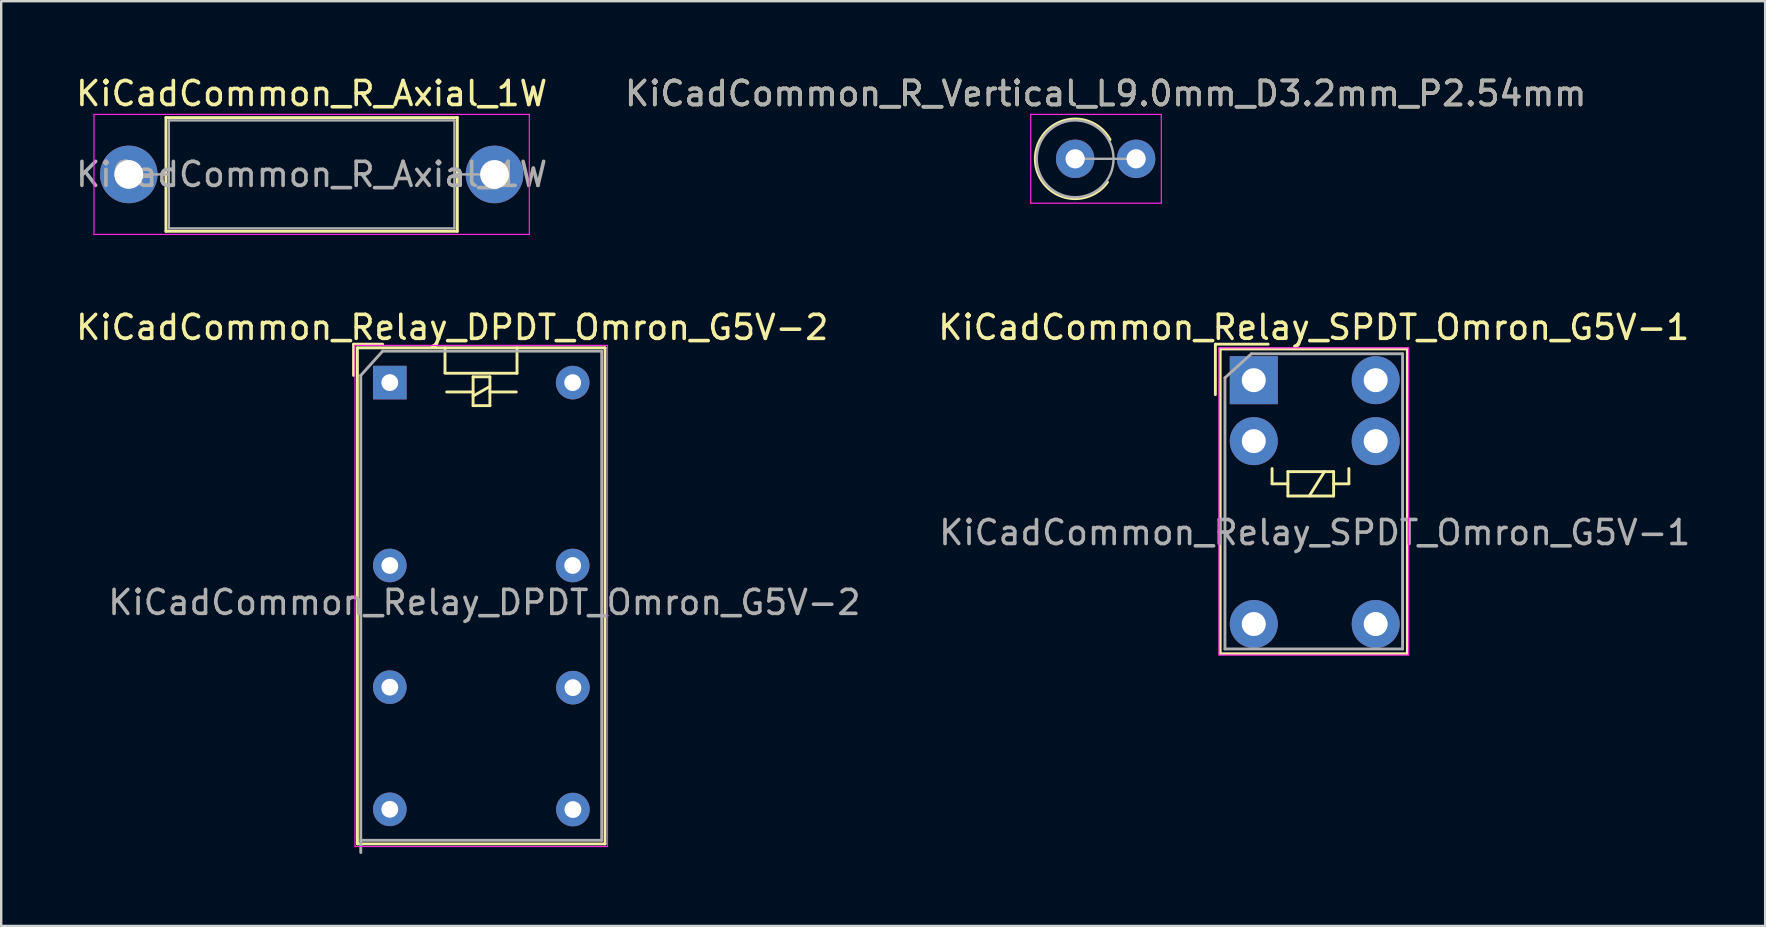
<source format=kicad_pcb>
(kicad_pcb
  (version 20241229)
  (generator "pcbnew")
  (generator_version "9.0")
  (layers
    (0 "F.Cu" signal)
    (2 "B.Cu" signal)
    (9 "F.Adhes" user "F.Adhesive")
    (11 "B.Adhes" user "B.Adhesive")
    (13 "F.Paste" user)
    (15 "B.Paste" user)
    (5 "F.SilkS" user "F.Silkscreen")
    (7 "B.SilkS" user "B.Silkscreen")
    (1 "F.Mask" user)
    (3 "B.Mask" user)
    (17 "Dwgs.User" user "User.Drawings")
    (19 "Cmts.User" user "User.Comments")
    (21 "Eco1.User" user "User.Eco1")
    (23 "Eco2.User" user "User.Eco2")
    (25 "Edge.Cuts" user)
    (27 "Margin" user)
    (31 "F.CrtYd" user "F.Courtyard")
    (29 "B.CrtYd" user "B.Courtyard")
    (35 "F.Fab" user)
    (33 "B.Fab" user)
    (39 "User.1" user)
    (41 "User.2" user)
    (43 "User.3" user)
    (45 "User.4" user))
  (footprint "KiCadCommon_R_Axial_1W"
    (layer "F.Cu")
    (at 2.315 4.218)
    (property "Reference" "KiCadCommon_R_Axial_1W" (at 7.62 -3.37 0) (layer "F.SilkS") (effects (font (size 1 1) (thickness 0.15))))
    (attr through_hole)
    (fp_line (start 1.44 0) (end 1.55 0) (stroke (width 0.12) (type solid)) (layer "F.SilkS"))
    (fp_line (start 1.55 -2.37) (end 1.55 2.37) (stroke (width 0.12) (type solid)) (layer "F.SilkS"))
    (fp_line (start 1.55 2.37) (end 13.69 2.37) (stroke (width 0.12) (type solid)) (layer "F.SilkS"))
    (fp_line (start 13.69 -2.37) (end 1.55 -2.37) (stroke (width 0.12) (type solid)) (layer "F.SilkS"))
    (fp_line (start 13.69 2.37) (end 13.69 -2.37) (stroke (width 0.12) (type solid)) (layer "F.SilkS"))
    (fp_line (start 13.8 0) (end 13.69 0) (stroke (width 0.12) (type solid)) (layer "F.SilkS"))
    (fp_line (start -1.45 -2.5) (end -1.45 2.5) (stroke (width 0.05) (type solid)) (layer "F.CrtYd"))
    (fp_line (start -1.45 2.5) (end 16.69 2.5) (stroke (width 0.05) (type solid)) (layer "F.CrtYd"))
    (fp_line (start 16.69 -2.5) (end -1.45 -2.5) (stroke (width 0.05) (type solid)) (layer "F.CrtYd"))
    (fp_line (start 16.69 2.5) (end 16.69 -2.5) (stroke (width 0.05) (type solid)) (layer "F.CrtYd"))
    (fp_line (start 0 0) (end 1.67 0) (stroke (width 0.1) (type solid)) (layer "F.Fab"))
    (fp_line (start 1.67 -2.25) (end 1.67 2.25) (stroke (width 0.1) (type solid)) (layer "F.Fab"))
    (fp_line (start 1.67 2.25) (end 13.57 2.25) (stroke (width 0.1) (type solid)) (layer "F.Fab"))
    (fp_line (start 13.57 -2.25) (end 1.67 -2.25) (stroke (width 0.1) (type solid)) (layer "F.Fab"))
    (fp_line (start 13.57 2.25) (end 13.57 -2.25) (stroke (width 0.1) (type solid)) (layer "F.Fab"))
    (fp_line (start 15.24 0) (end 13.57 0) (stroke (width 0.1) (type solid)) (layer "F.Fab"))
    (fp_text user "${REFERENCE}" (at 7.62 0 0) (layer "F.Fab") (effects (font (size 1 1) (thickness 0.15))))
    (pad "1" thru_hole circle (at 0 0) (size 2.4 2.4) (drill 1.2) (layers "*.Cu" "*.Mask"))
    (pad "2" thru_hole oval (at 15.24 0) (size 2.4 2.4) (drill 1.2) (layers "*.Cu" "*.Mask")))
  (footprint "KiCadCommon_Relay_DPDT_Omron_G5V-2"
    (layer "F.Cu")
    (at 13.192 12.892)
    (property "Reference" "KiCadCommon_Relay_DPDT_Omron_G5V-2" (at 2.6 -2.3 0) (layer "F.SilkS") (effects (font (size 1 1) (thickness 0.15))))
    (attr through_hole)
    (fp_line (start -1.51 -1.6) (end -0.3 -1.6) (stroke (width 0.12) (type solid)) (layer "F.SilkS"))
    (fp_line (start -1.51 -0.3) (end -1.51 -1.6) (stroke (width 0.12) (type solid)) (layer "F.SilkS"))
    (fp_line (start -1.35 -1.45) (end -1.35 19.22) (stroke (width 0.12) (type solid)) (layer "F.SilkS"))
    (fp_line (start -1.35 19.22) (end 8.97 19.22) (stroke (width 0.12) (type solid)) (layer "F.SilkS"))
    (fp_line (start 2.3 -1.45) (end 2.3 -0.41) (stroke (width 0.12) (type solid)) (layer "F.SilkS"))
    (fp_line (start 2.3 -0.39) (end 5.3 -0.39) (stroke (width 0.12) (type solid)) (layer "F.SilkS"))
    (fp_line (start 3.47 -0.24) (end 3.47 0.96) (stroke (width 0.12) (type solid)) (layer "F.SilkS"))
    (fp_line (start 3.47 0.39) (end 2.37 0.39) (stroke (width 0.12) (type solid)) (layer "F.SilkS"))
    (fp_line (start 3.47 0.56) (end 4.17 0.16) (stroke (width 0.12) (type solid)) (layer "F.SilkS"))
    (fp_line (start 3.47 0.96) (end 4.17 0.96) (stroke (width 0.12) (type solid)) (layer "F.SilkS"))
    (fp_line (start 4.17 -0.24) (end 3.47 -0.24) (stroke (width 0.12) (type solid)) (layer "F.SilkS"))
    (fp_line (start 4.17 0.39) (end 5.27 0.39) (stroke (width 0.12) (type solid)) (layer "F.SilkS"))
    (fp_line (start 4.17 0.96) (end 4.17 -0.24) (stroke (width 0.12) (type solid)) (layer "F.SilkS"))
    (fp_line (start 5.3 -0.39) (end 5.3 -1.45) (stroke (width 0.12) (type solid)) (layer "F.SilkS"))
    (fp_line (start 8.97 -1.45) (end -1.35 -1.45) (stroke (width 0.12) (type solid)) (layer "F.SilkS"))
    (fp_line (start 8.97 19.22) (end 8.97 -1.45) (stroke (width 0.12) (type solid)) (layer "F.SilkS"))
    (fp_line (start -1.45 -1.55) (end -1.45 19.33) (stroke (width 0.05) (type solid)) (layer "F.CrtYd"))
    (fp_line (start -1.45 -1.55) (end 9.07 -1.55) (stroke (width 0.05) (type solid)) (layer "F.CrtYd"))
    (fp_line (start 9.07 -1.55) (end 9.07 19.33) (stroke (width 0.05) (type solid)) (layer "F.CrtYd"))
    (fp_line (start 9.07 19.33) (end -1.45 19.33) (stroke (width 0.05) (type solid)) (layer "F.CrtYd"))
    (fp_line (start -1.21 -0.3) (end -1.21 19.58) (stroke (width 0.12) (type solid)) (layer "F.Fab"))
    (fp_line (start -1.21 -0.3) (end -0.3 -1.31) (stroke (width 0.12) (type solid)) (layer "F.Fab"))
    (fp_line (start -1.21 19.07) (end 8.83 19.07) (stroke (width 0.12) (type solid)) (layer "F.Fab"))
    (fp_line (start 8.83 -1.31) (end -0.3 -1.31) (stroke (width 0.12) (type solid)) (layer "F.Fab"))
    (fp_line (start 8.83 19.07) (end 8.83 -1.31) (stroke (width 0.12) (type solid)) (layer "F.Fab"))
    (fp_text user "${REFERENCE}" (at 3.94 9.16 0) (layer "F.Fab") (effects (font (size 1 1) (thickness 0.15))))
    (pad "1" thru_hole rect (at 0 0) (size 1.4 1.4) (drill 0.7) (layers "*.Cu" "*.Mask"))
    (pad "4" thru_hole circle (at 0 7.62) (size 1.4 1.4) (drill 0.7) (layers "*.Cu" "*.Mask"))
    (pad "6" thru_hole circle (at 0 12.69) (size 1.4 1.4) (drill 0.7) (layers "*.Cu" "*.Mask"))
    (pad "8" thru_hole circle (at 0 17.78) (size 1.4 1.4) (drill 0.7) (layers "*.Cu" "*.Mask"))
    (pad "9" thru_hole circle (at 7.63 17.79) (size 1.4 1.4) (drill 0.7) (layers "*.Cu" "*.Mask"))
    (pad "11" thru_hole circle (at 7.63 12.71) (size 1.4 1.4) (drill 0.7) (layers "*.Cu" "*.Mask"))
    (pad "13" thru_hole circle (at 7.62 7.62) (size 1.4 1.4) (drill 0.7) (layers "*.Cu" "*.Mask"))
    (pad "16" thru_hole circle (at 7.62 0) (size 1.4 1.4) (drill 0.7) (layers "*.Cu" "*.Mask")))
  (footprint "KiCadCommon_Relay_SPDT_Omron_G5V-1"
    (layer "F.Cu")
    (at 49.191 12.791)
    (property "Reference" "KiCadCommon_Relay_SPDT_Omron_G5V-1" (at 2.5 -2.2 0) (layer "F.SilkS") (effects (font (size 1 1) (thickness 0.15))))
    (attr through_hole)
    (fp_line (start -1.6 -1.5) (end 0.6 -1.5) (stroke (width 0.12) (type solid)) (layer "F.SilkS"))
    (fp_line (start -1.6 0.6) (end -1.6 -1.5) (stroke (width 0.12) (type solid)) (layer "F.SilkS"))
    (fp_line (start -1.4 -1.3) (end 6.4 -1.3) (stroke (width 0.12) (type solid)) (layer "F.SilkS"))
    (fp_line (start -1.4 11.4) (end -1.4 -1.3) (stroke (width 0.12) (type solid)) (layer "F.SilkS"))
    (fp_line (start 0.762 3.683) (end 0.762 4.318) (stroke (width 0.12) (type solid)) (layer "F.SilkS"))
    (fp_line (start 0.762 4.318) (end 1.422 4.318) (stroke (width 0.12) (type solid)) (layer "F.SilkS"))
    (fp_line (start 1.422 3.81) (end 1.422 4.826) (stroke (width 0.12) (type solid)) (layer "F.SilkS"))
    (fp_line (start 1.422 4.826) (end 3.327 4.826) (stroke (width 0.12) (type solid)) (layer "F.SilkS"))
    (fp_line (start 2.946 3.81) (end 2.311 4.826) (stroke (width 0.12) (type solid)) (layer "F.SilkS"))
    (fp_line (start 3.327 3.81) (end 1.422 3.81) (stroke (width 0.12) (type solid)) (layer "F.SilkS"))
    (fp_line (start 3.327 3.81) (end 3.327 4.826) (stroke (width 0.12) (type solid)) (layer "F.SilkS"))
    (fp_line (start 3.962 3.683) (end 3.962 4.318) (stroke (width 0.12) (type solid)) (layer "F.SilkS"))
    (fp_line (start 3.962 4.318) (end 3.327 4.318) (stroke (width 0.12) (type solid)) (layer "F.SilkS"))
    (fp_line (start 6.4 -1.3) (end 6.4 11.4) (stroke (width 0.12) (type solid)) (layer "F.SilkS"))
    (fp_line (start 6.4 11.4) (end -1.4 11.4) (stroke (width 0.12) (type solid)) (layer "F.SilkS"))
    (fp_line (start -1.45 -1.35) (end -1.45 11.45) (stroke (width 0.05) (type solid)) (layer "F.CrtYd"))
    (fp_line (start -1.45 -1.35) (end 6.45 -1.35) (stroke (width 0.05) (type solid)) (layer "F.CrtYd"))
    (fp_line (start 6.45 11.45) (end -1.45 11.45) (stroke (width 0.05) (type solid)) (layer "F.CrtYd"))
    (fp_line (start 6.45 11.45) (end 6.45 -1.35) (stroke (width 0.05) (type solid)) (layer "F.CrtYd"))
    (fp_line (start -1.2 -0.1) (end -0.1 -1.1) (stroke (width 0.12) (type solid)) (layer "F.Fab"))
    (fp_line (start -1.2 11.2) (end -1.2 -0.1) (stroke (width 0.12) (type solid)) (layer "F.Fab"))
    (fp_line (start -0.1 -1.1) (end 6.2 -1.1) (stroke (width 0.12) (type solid)) (layer "F.Fab"))
    (fp_line (start 6.2 -1.1) (end 6.2 11.2) (stroke (width 0.12) (type solid)) (layer "F.Fab"))
    (fp_line (start 6.2 11.2) (end -1.2 11.2) (stroke (width 0.12) (type solid)) (layer "F.Fab"))
    (fp_text user "${REFERENCE}" (at 2.54 6.35 0) (layer "F.Fab") (effects (font (size 1 1) (thickness 0.15))))
    (pad "1" thru_hole rect (at 0 0) (size 2 2) (drill 1) (layers "*.Cu" "*.Mask"))
    (pad "2" thru_hole circle (at 0 2.54) (size 2 2) (drill 1) (layers "*.Cu" "*.Mask"))
    (pad "5" thru_hole circle (at 0 10.16) (size 2 2) (drill 1) (layers "*.Cu" "*.Mask"))
    (pad "6" thru_hole circle (at 5.08 10.16) (size 2 2) (drill 1) (layers "*.Cu" "*.Mask"))
    (pad "9" thru_hole circle (at 5.08 2.54) (size 2 2) (drill 1) (layers "*.Cu" "*.Mask"))
    (pad "10" thru_hole circle (at 5.08 0) (size 2 2) (drill 1) (layers "*.Cu" "*.Mask")))
  (footprint "KiCadCommon_R_Vertical_L9.0mm_D3.2mm_P2.54mm"
    (layer "F.Cu")
    (at 41.748 3.568)
    (property "Reference" "KiCadCommon_R_Vertical_L9.0mm_D3.2mm_P2.54mm" (at 1.27 -2.72 0) (layer "F.SilkS") (effects (font (size 1 1) (thickness 0.15))))
    (attr through_hole)
    (fp_arc (start 1.344775 0.97138) (mid -1.655812 -0.101418) (end 1.453272 -0.8) (stroke (width 0.12) (type solid)) (layer "F.SilkS"))
    (fp_line (start -1.85 -1.85) (end -1.85 1.85) (stroke (width 0.05) (type solid)) (layer "F.CrtYd"))
    (fp_line (start -1.85 1.85) (end 3.59 1.85) (stroke (width 0.05) (type solid)) (layer "F.CrtYd"))
    (fp_line (start 3.59 -1.85) (end -1.85 -1.85) (stroke (width 0.05) (type solid)) (layer "F.CrtYd"))
    (fp_line (start 3.59 1.85) (end 3.59 -1.85) (stroke (width 0.05) (type solid)) (layer "F.CrtYd"))
    (fp_line (start 0 0) (end 2.54 0) (stroke (width 0.1) (type solid)) (layer "F.Fab"))
    (fp_circle (center 0 0) (end 1.6 0) (stroke (width 0.1) (type solid)) (fill no) (layer "F.Fab"))
    (fp_text user "${REFERENCE}" (at 1.27 -2.72 0) (layer "F.Fab") (effects (font (size 1 1) (thickness 0.15))))
    (pad "1" thru_hole circle (at 0 0) (size 1.6 1.6) (drill 0.8) (layers "*.Cu" "*.Mask"))
    (pad "2" thru_hole oval (at 2.54 0) (size 1.6 1.6) (drill 0.8) (layers "*.Cu" "*.Mask")))
  (gr_rect
    (start -3 -3)
    (end 70.499 35.532)
    (stroke (width 0.1) (type default))
    (fill no)
    (layer "Edge.Cuts")))
</source>
